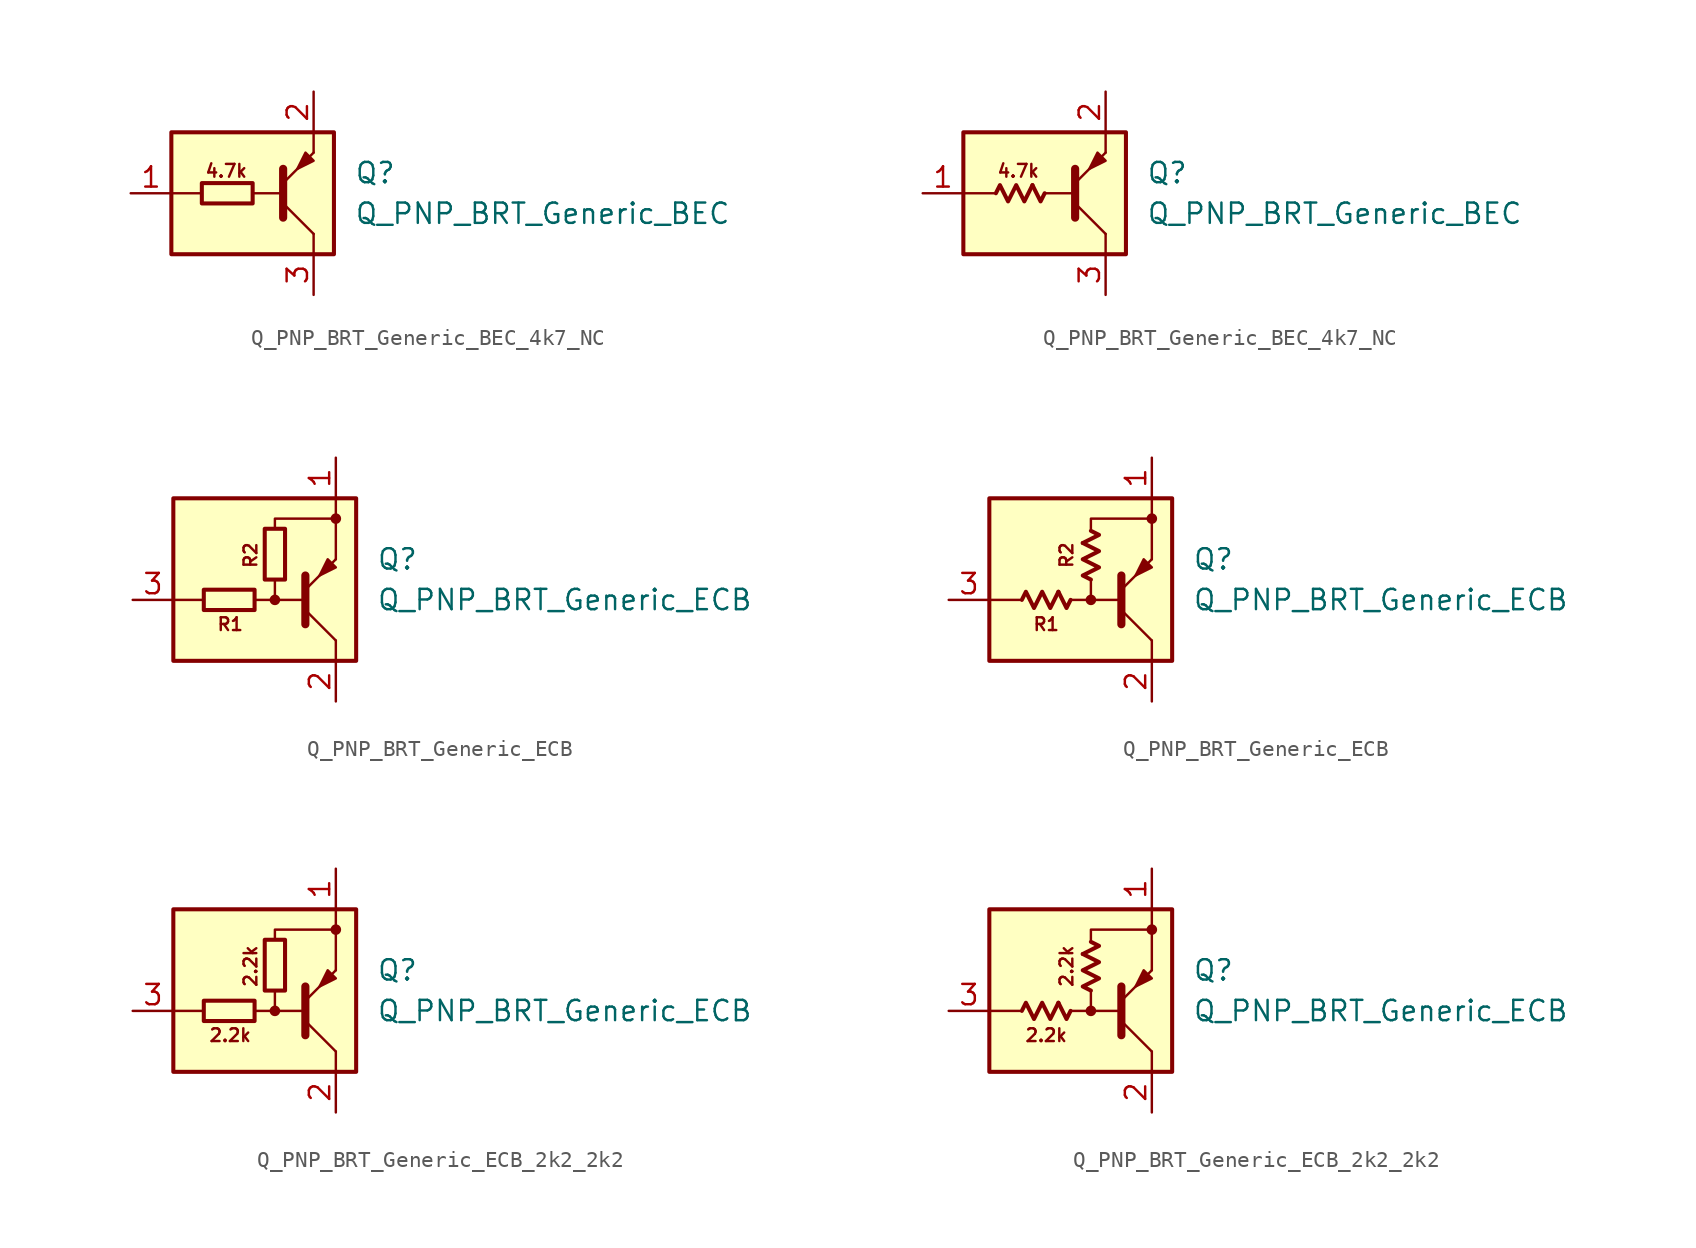
<source format=kicad_sym>
(kicad_symbol_lib
  (version 20220914)
  (generator kicad_symbol_editor)
  (symbol "Q_PNP_BRT_Generic_BEC_4k7_NC"
    (pin_names hide)
    (property "Reference" "Q"
      (at 6.35 1.27 0)
      (effects (font (size 1.27 1.27)) (justify left)))
    (property "Value" "Q_PNP_BRT_Generic_BEC"
      (at 6.35 -1.27 0)
      (effects (font (size 1.27 1.27)) (justify left)))
    (symbol "Q_PNP_BRT_Generic_BEC_4k7_NC_0_2"
      (polyline (pts (xy -0.762 0.508) (xy -0.254 -0.508) (xy 0 0)) (stroke (width 0.254) (type default)) (fill (type none)))
      (polyline (pts (xy -3.048 0) (xy -2.794 0.508) (xy -2.286 -0.508) (xy -1.778 0.508) (xy -1.27 -0.508) (xy -0.762 0.508)) (stroke (width 0.254) (type default)) (fill (type none))))
    (symbol "Q_PNP_BRT_Generic_BEC_4k7_NC_1_0"
      (rectangle (start -5.08 3.81) (end 5.08 -3.81) (stroke (width 0.254) (type default)) (fill (type background)))
      (polyline (pts (xy -3.175 0) (xy -5.08 0)) (stroke (width 0) (type default)) (fill (type none)))
      (polyline (pts (xy 0 0) (xy 1.905 0)) (stroke (width 0) (type default)) (fill (type none)))
      (polyline (pts (xy 1.905 -1.524) (xy 1.905 1.524)) (stroke (width 0.508) (type default)) (fill (type none)))
      (polyline (pts (xy 1.905 -0.635) (xy 3.81 -2.54)) (stroke (width 0) (type default)) (fill (type none)))
      (polyline (pts (xy 3.81 -2.54) (xy 3.81 -3.81)) (stroke (width 0) (type default)) (fill (type none)))
      (polyline (pts (xy 3.81 2.54) (xy 3.81 3.81)) (stroke (width 0) (type default)) (fill (type none)))
      (polyline (pts (xy 1.905 0.635) (xy 3.81 2.54) (xy 3.81 2.54)) (stroke (width 0) (type default)) (fill (type none)))
      (polyline (pts (xy 3.81 2.032) (xy 3.302 2.54) (xy 2.794 1.524) (xy 3.81 2.032) (xy 3.81 2.032)) (stroke (width 0) (type default)) (fill (type outline)))
      (text "4.7k" (at -1.651 1.397 0) (effects (font (size 0.8 0.8)))))
    (symbol "Q_PNP_BRT_Generic_BEC_4k7_NC_1_1"
      (rectangle (start 0 0.635) (end -3.175 -0.635) (stroke (width 0.254) (type default)) (fill (type none)))
      (pin input line (at -7.62 0 0) (length 2.54) (name "B" (effects (font (size 1.27 1.27)))) (number "1" (effects (font (size 1.27 1.27)))))
      (pin passive line (at 3.81 6.35 270) (length 2.54) (name "E" (effects (font (size 1.27 1.27)))) (number "2" (effects (font (size 1.27 1.27)))))
      (pin passive line (at 3.81 -6.35 90) (length 2.54) (name "C" (effects (font (size 1.27 1.27)))) (number "3" (effects (font (size 1.27 1.27))))))
    (symbol "Q_PNP_BRT_Generic_BEC_4k7_NC_1_2"
      (pin input line (at -7.62 0 0) (length 2.54) (name "B" (effects (font (size 1.27 1.27)))) (number "1" (effects (font (size 1.27 1.27)))))
      (pin passive line (at 3.81 6.35 270) (length 2.54) (name "E" (effects (font (size 1.27 1.27)))) (number "2" (effects (font (size 1.27 1.27)))))
      (pin passive line (at 3.81 -6.35 90) (length 2.54) (name "C" (effects (font (size 1.27 1.27)))) (number "3" (effects (font (size 1.27 1.27)))))))
  (symbol "Q_PNP_BRT_Generic_ECB"
    (pin_names hide)
    (property "Reference" "Q"
      (at 6.35 1.27 0)
      (effects (font (size 1.27 1.27)) (justify left)))
    (property "Value" "Q_PNP_BRT_Generic_ECB"
      (at 6.35 -1.27 0)
      (effects (font (size 1.27 1.27)) (justify left)))
    (symbol "Q_PNP_BRT_Generic_ECB_0_2"
      (polyline (pts (xy -2.032 -0.762) (xy -1.524 -1.778) (xy -1.27 -1.27)) (stroke (width 0.254) (type default)) (fill (type none)))
      (polyline (pts (xy -0.508 2.286) (xy 0.508 2.794) (xy 0 3.048)) (stroke (width 0.254) (type default)) (fill (type none)))
      (polyline (pts (xy -4.318 -1.27) (xy -4.064 -0.762) (xy -3.556 -1.778) (xy -3.048 -0.762) (xy -2.54 -1.778) (xy -2.032 -0.762)) (stroke (width 0.254) (type default)) (fill (type none)))
      (polyline (pts (xy 0 0) (xy -0.508 0.254) (xy 0.508 0.762) (xy -0.508 1.27) (xy 0.508 1.778) (xy -0.508 2.286)) (stroke (width 0.254) (type default)) (fill (type none))))
    (symbol "Q_PNP_BRT_Generic_ECB_1_0"
      (rectangle (start -6.35 5.08) (end 5.08 -5.08) (stroke (width 0.254) (type default)) (fill (type background)))
      (circle (center 0 -1.27) (radius 0.254) (stroke (width 0) (type default)) (fill (type outline)))
      (polyline (pts (xy -4.445 -1.27) (xy -6.35 -1.27)) (stroke (width 0) (type default)) (fill (type none)))
      (polyline (pts (xy -0.254 -1.27) (xy 1.905 -1.27)) (stroke (width 0) (type default)) (fill (type none)))
      (polyline (pts (xy 1.905 -2.794) (xy 1.905 0.254)) (stroke (width 0.508) (type default)) (fill (type none)))
      (polyline (pts (xy 1.905 -1.905) (xy 3.81 -3.81)) (stroke (width 0) (type default)) (fill (type none)))
      (polyline (pts (xy 3.81 -3.81) (xy 3.81 -5.08)) (stroke (width 0) (type default)) (fill (type none)))
      (polyline (pts (xy 3.81 3.81) (xy 3.81 1.27)) (stroke (width 0) (type default)) (fill (type none)))
      (polyline (pts (xy 3.81 3.81) (xy 3.81 5.08)) (stroke (width 0) (type default)) (fill (type none)))
      (polyline (pts (xy -1.27 -1.27) (xy 0 -1.27) (xy 0 0)) (stroke (width 0) (type default)) (fill (type none)))
      (polyline (pts (xy 0 3.175) (xy 0 3.81) (xy 3.81 3.81)) (stroke (width 0) (type default)) (fill (type none)))
      (polyline (pts (xy 1.905 -0.635) (xy 3.81 1.27) (xy 3.81 1.27)) (stroke (width 0) (type default)) (fill (type none)))
      (polyline (pts (xy 3.81 0.762) (xy 3.302 1.27) (xy 2.794 0.254) (xy 3.81 0.762) (xy 3.81 0.762)) (stroke (width 0) (type default)) (fill (type outline)))
      (circle (center 3.81 3.81) (radius 0.254) (stroke (width 0) (type default)) (fill (type outline)))
      (text "R1" (at -2.794 -2.794 0) (effects (font (size 0.8 0.8))))
      (text "R2" (at -1.524 1.524 900) (effects (font (size 0.8 0.8)))))
    (symbol "Q_PNP_BRT_Generic_ECB_1_1"
      (rectangle (start -1.27 -0.635) (end -4.445 -1.905) (stroke (width 0.254) (type default)) (fill (type none)))
      (rectangle (start 0.635 3.175) (end -0.635 0) (stroke (width 0.254) (type default)) (fill (type none)))
      (pin passive line (at 3.81 7.62 270) (length 2.54) (name "E" (effects (font (size 1.27 1.27)))) (number "1" (effects (font (size 1.27 1.27)))))
      (pin passive line (at 3.81 -7.62 90) (length 2.54) (name "C" (effects (font (size 1.27 1.27)))) (number "2" (effects (font (size 1.27 1.27)))))
      (pin input line (at -8.89 -1.27 0) (length 2.54) (name "B" (effects (font (size 1.27 1.27)))) (number "3" (effects (font (size 1.27 1.27))))))
    (symbol "Q_PNP_BRT_Generic_ECB_1_2"
      (pin passive line (at 3.81 7.62 270) (length 2.54) (name "E" (effects (font (size 1.27 1.27)))) (number "1" (effects (font (size 1.27 1.27)))))
      (pin passive line (at 3.81 -7.62 90) (length 2.54) (name "C" (effects (font (size 1.27 1.27)))) (number "2" (effects (font (size 1.27 1.27)))))
      (pin input line (at -8.89 -1.27 0) (length 2.54) (name "B" (effects (font (size 1.27 1.27)))) (number "3" (effects (font (size 1.27 1.27)))))))
  (symbol "Q_PNP_BRT_Generic_ECB_2k2_2k2"
    (pin_names hide)
    (property "Reference" "Q"
      (at 6.35 1.27 0)
      (effects (font (size 1.27 1.27)) (justify left)))
    (property "Value" "Q_PNP_BRT_Generic_ECB"
      (at 6.35 -1.27 0)
      (effects (font (size 1.27 1.27)) (justify left)))
    (symbol "Q_PNP_BRT_Generic_ECB_2k2_2k2_0_2"
      (polyline (pts (xy -2.032 -0.762) (xy -1.524 -1.778) (xy -1.27 -1.27)) (stroke (width 0.254) (type default)) (fill (type none)))
      (polyline (pts (xy -0.508 2.286) (xy 0.508 2.794) (xy 0 3.048)) (stroke (width 0.254) (type default)) (fill (type none)))
      (polyline (pts (xy -4.318 -1.27) (xy -4.064 -0.762) (xy -3.556 -1.778) (xy -3.048 -0.762) (xy -2.54 -1.778) (xy -2.032 -0.762)) (stroke (width 0.254) (type default)) (fill (type none)))
      (polyline (pts (xy 0 0) (xy -0.508 0.254) (xy 0.508 0.762) (xy -0.508 1.27) (xy 0.508 1.778) (xy -0.508 2.286)) (stroke (width 0.254) (type default)) (fill (type none))))
    (symbol "Q_PNP_BRT_Generic_ECB_2k2_2k2_1_0"
      (rectangle (start -6.35 5.08) (end 5.08 -5.08) (stroke (width 0.254) (type default)) (fill (type background)))
      (circle (center 0 -1.27) (radius 0.254) (stroke (width 0) (type default)) (fill (type outline)))
      (polyline (pts (xy -4.445 -1.27) (xy -6.35 -1.27)) (stroke (width 0) (type default)) (fill (type none)))
      (polyline (pts (xy -0.254 -1.27) (xy 1.905 -1.27)) (stroke (width 0) (type default)) (fill (type none)))
      (polyline (pts (xy 1.905 -2.794) (xy 1.905 0.254)) (stroke (width 0.508) (type default)) (fill (type none)))
      (polyline (pts (xy 1.905 -1.905) (xy 3.81 -3.81)) (stroke (width 0) (type default)) (fill (type none)))
      (polyline (pts (xy 3.81 -3.81) (xy 3.81 -5.08)) (stroke (width 0) (type default)) (fill (type none)))
      (polyline (pts (xy 3.81 3.81) (xy 3.81 1.27)) (stroke (width 0) (type default)) (fill (type none)))
      (polyline (pts (xy 3.81 3.81) (xy 3.81 5.08)) (stroke (width 0) (type default)) (fill (type none)))
      (polyline (pts (xy -1.27 -1.27) (xy 0 -1.27) (xy 0 0)) (stroke (width 0) (type default)) (fill (type none)))
      (polyline (pts (xy 0 3.175) (xy 0 3.81) (xy 3.81 3.81)) (stroke (width 0) (type default)) (fill (type none)))
      (polyline (pts (xy 1.905 -0.635) (xy 3.81 1.27) (xy 3.81 1.27)) (stroke (width 0) (type default)) (fill (type none)))
      (polyline (pts (xy 3.81 0.762) (xy 3.302 1.27) (xy 2.794 0.254) (xy 3.81 0.762) (xy 3.81 0.762)) (stroke (width 0) (type default)) (fill (type outline)))
      (circle (center 3.81 3.81) (radius 0.254) (stroke (width 0) (type default)) (fill (type outline)))
      (text "2.2k" (at -2.794 -2.794 0) (effects (font (size 0.8 0.8))))
      (text "2.2k" (at -1.524 1.524 900) (effects (font (size 0.8 0.8)))))
    (symbol "Q_PNP_BRT_Generic_ECB_2k2_2k2_1_1"
      (rectangle (start -1.27 -0.635) (end -4.445 -1.905) (stroke (width 0.254) (type default)) (fill (type none)))
      (rectangle (start 0.635 3.175) (end -0.635 0) (stroke (width 0.254) (type default)) (fill (type none)))
      (pin passive line (at 3.81 7.62 270) (length 2.54) (name "E" (effects (font (size 1.27 1.27)))) (number "1" (effects (font (size 1.27 1.27)))))
      (pin passive line (at 3.81 -7.62 90) (length 2.54) (name "C" (effects (font (size 1.27 1.27)))) (number "2" (effects (font (size 1.27 1.27)))))
      (pin input line (at -8.89 -1.27 0) (length 2.54) (name "B" (effects (font (size 1.27 1.27)))) (number "3" (effects (font (size 1.27 1.27))))))
    (symbol "Q_PNP_BRT_Generic_ECB_2k2_2k2_1_2"
      (pin passive line (at 3.81 7.62 270) (length 2.54) (name "E" (effects (font (size 1.27 1.27)))) (number "1" (effects (font (size 1.27 1.27)))))
      (pin passive line (at 3.81 -7.62 90) (length 2.54) (name "C" (effects (font (size 1.27 1.27)))) (number "2" (effects (font (size 1.27 1.27)))))
      (pin input line (at -8.89 -1.27 0) (length 2.54) (name "B" (effects (font (size 1.27 1.27)))) (number "3" (effects (font (size 1.27 1.27))))))))
</source>
